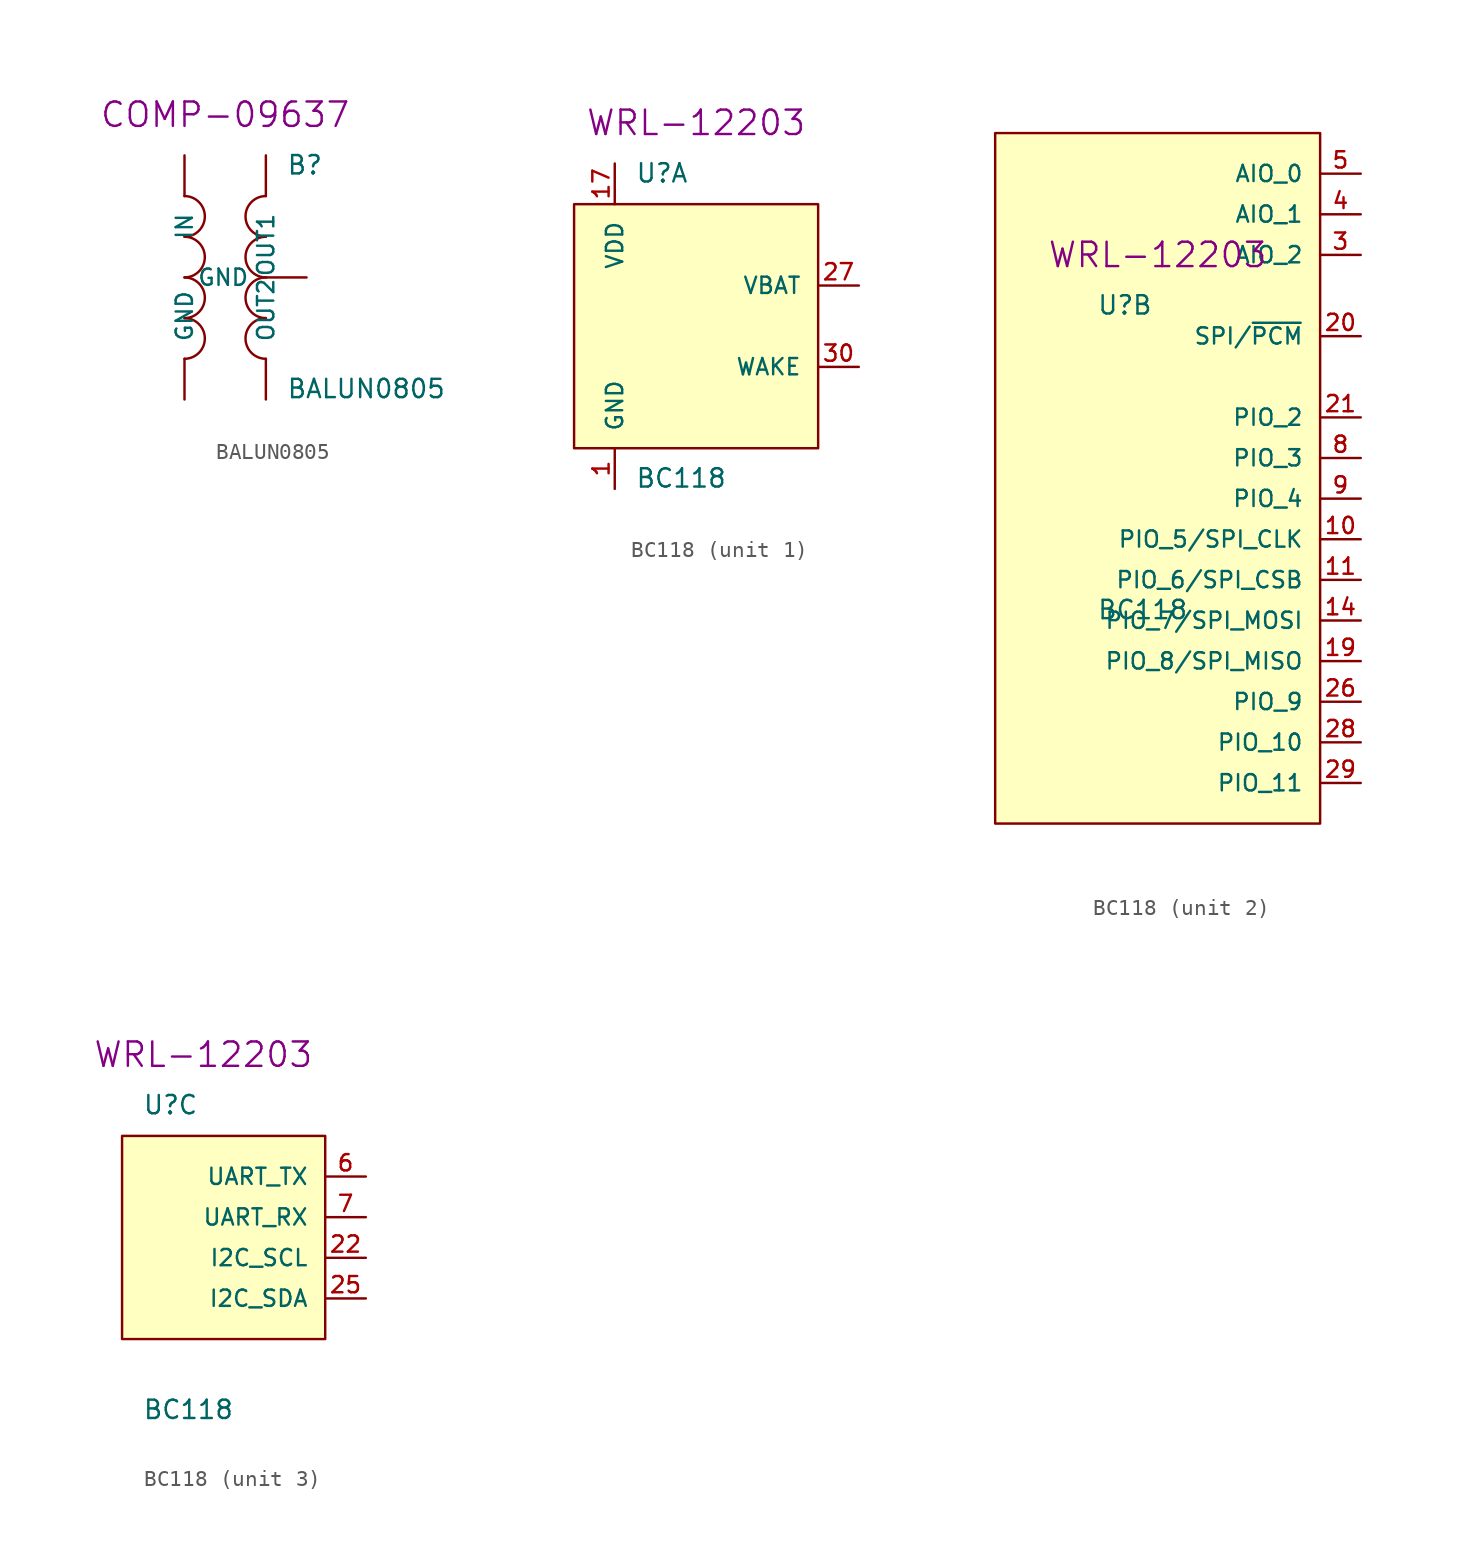
<source format=kicad_sym>
(kicad_symbol_lib
  (version 20220914)
  (generator kicad_symbol_editor)
  (symbol "BALUN0805"
    (pin_numbers hide)
    (pin_names
      (offset 1.016))
    (property "Reference" "B"
      (at 3.81 3.81 0)
      (effects (font (size 1.143 1.143)) (justify left bottom)))
    (property "Value" "BALUN0805"
      (at 3.81 -10.16 0)
      (effects (font (size 1.143 1.143)) (justify left bottom)))
    (property "Field4" "COMP-09637"
      (at 0 7.62 0)
      (effects (font (size 1.524 1.524))))
    (property "ki_locked" ""
      (at 0 0 0)
      (effects (font (size 1.27 1.27))))
    (symbol "BALUN0805_1_1"
      (arc (start -2.54 -7.62) (mid -1.2755 -6.35) (end -2.54 -5.08) (stroke (width 0) (type solid)) (fill (type none)))
      (arc (start -2.54 -5.08) (mid -1.2755 -3.81) (end -2.54 -2.54) (stroke (width 0) (type solid)) (fill (type none)))
      (arc (start -2.54 -2.54) (mid -1.2755 -1.27) (end -2.54 0) (stroke (width 0) (type solid)) (fill (type none)))
      (arc (start -2.54 0) (mid -1.2755 1.27) (end -2.54 2.54) (stroke (width 0) (type solid)) (fill (type none)))
      (arc (start 2.54 -5.08) (mid 1.2755 -6.35) (end 2.54 -7.62) (stroke (width 0) (type solid)) (fill (type none)))
      (arc (start 2.54 -2.54) (mid 1.2755 -3.81) (end 2.54 -5.08) (stroke (width 0) (type solid)) (fill (type none)))
      (arc (start 2.54 0) (mid 1.2755 -1.27) (end 2.54 -2.54) (stroke (width 0) (type solid)) (fill (type none)))
      (arc (start 2.54 2.54) (mid 1.2755 1.27) (end 2.54 0) (stroke (width 0) (type solid)) (fill (type none)))
      (pin bidirectional line (at -2.54 5.08 270) (length 2.54) (name "IN" (effects (font (size 1.016 1.016)))) (number "1" (effects (font (size 1.016 1.016)))))
      (pin bidirectional line (at 5.08 -2.54 180) (length 2.54) (name "GND" (effects (font (size 1.016 1.016)))) (number "2" (effects (font (size 1.016 1.016)))))
      (pin bidirectional line (at 2.54 5.08 270) (length 2.54) (name "OUT1" (effects (font (size 1.016 1.016)))) (number "3" (effects (font (size 1.016 1.016)))))
      (pin bidirectional line (at 2.54 -10.16 90) (length 2.54) (name "OUT2" (effects (font (size 1.016 1.016)))) (number "4" (effects (font (size 1.016 1.016)))))
      (pin bidirectional line (at -2.54 -10.16 90) (length 2.54) (name "GND" (effects (font (size 1.016 1.016)))) (number "5" (effects (font (size 1.016 1.016)))))))
  (symbol "BC118"
    (pin_names
      (offset 1.016))
    (property "Reference" "U"
      (at -3.81 8.89 0)
      (effects (font (size 1.143 1.143)) (justify left bottom)))
    (property "Value" "BC118"
      (at -3.81 -10.16 0)
      (effects (font (size 1.143 1.143)) (justify left bottom)))
    (property "Field4" "WRL-12203"
      (at 0 12.7 0)
      (effects (font (size 1.524 1.524))))
    (property "ki_locked" ""
      (at 0 0 0)
      (effects (font (size 1.27 1.27))))
    (symbol "BC118_1_1"
      (polyline (pts (xy -7.62 -7.62) (xy -7.62 7.62) (xy 7.62 7.62) (xy 7.62 -7.62) (xy -7.62 -7.62)) (stroke (width 0) (type solid)) (fill (type background)))
      (pin bidirectional line (at -5.08 -10.16 90) (length 2.54) (name "GND" (effects (font (size 1.016 1.016)))) (number "1" (effects (font (size 1.016 1.016)))))
      (pin bidirectional line (at -5.08 -10.16 90) (length 2.54) hide (name "GND" (effects (font (size 1.016 1.016)))) (number "12" (effects (font (size 1.016 1.016)))))
      (pin bidirectional line (at -5.08 -10.16 90) (length 2.54) hide (name "GND" (effects (font (size 1.016 1.016)))) (number "13" (effects (font (size 1.016 1.016)))))
      (pin bidirectional line (at -5.08 -10.16 90) (length 2.54) hide (name "GND" (effects (font (size 1.016 1.016)))) (number "15" (effects (font (size 1.016 1.016)))))
      (pin bidirectional line (at -5.08 -10.16 90) (length 2.54) hide (name "GND" (effects (font (size 1.016 1.016)))) (number "16" (effects (font (size 1.016 1.016)))))
      (pin bidirectional line (at -5.08 10.16 270) (length 2.54) (name "VDD" (effects (font (size 1.016 1.016)))) (number "17" (effects (font (size 1.016 1.016)))))
      (pin bidirectional line (at -5.08 -10.16 90) (length 2.54) hide (name "GND" (effects (font (size 1.016 1.016)))) (number "18" (effects (font (size 1.016 1.016)))))
      (pin bidirectional line (at -5.08 -10.16 90) (length 2.54) hide (name "GND" (effects (font (size 1.016 1.016)))) (number "2" (effects (font (size 1.016 1.016)))))
      (pin bidirectional line (at -5.08 -10.16 90) (length 2.54) hide (name "GND" (effects (font (size 1.016 1.016)))) (number "23" (effects (font (size 1.016 1.016)))))
      (pin bidirectional line (at -5.08 -10.16 90) (length 2.54) hide (name "GND" (effects (font (size 1.016 1.016)))) (number "24" (effects (font (size 1.016 1.016)))))
      (pin bidirectional line (at 10.16 2.54 180) (length 2.54) (name "VBAT" (effects (font (size 1.016 1.016)))) (number "27" (effects (font (size 1.016 1.016)))))
      (pin bidirectional line (at 10.16 -2.54 180) (length 2.54) (name "WAKE" (effects (font (size 1.016 1.016)))) (number "30" (effects (font (size 1.016 1.016)))))
      (pin bidirectional line (at -5.08 -10.16 90) (length 2.54) hide (name "GND" (effects (font (size 1.016 1.016)))) (number "31" (effects (font (size 1.016 1.016)))))
      (pin bidirectional line (at -5.08 -10.16 90) (length 2.54) hide (name "GND" (effects (font (size 1.016 1.016)))) (number "32" (effects (font (size 1.016 1.016)))))
      (pin bidirectional line (at -5.08 -10.16 90) (length 2.54) hide (name "GND" (effects (font (size 1.016 1.016)))) (number "33" (effects (font (size 1.016 1.016)))))
      (pin bidirectional line (at -5.08 -10.16 90) (length 2.54) hide (name "GND" (effects (font (size 1.016 1.016)))) (number "34" (effects (font (size 1.016 1.016)))))
      (pin bidirectional line (at -5.08 -10.16 90) (length 2.54) hide (name "GND" (effects (font (size 1.016 1.016)))) (number "35" (effects (font (size 1.016 1.016))))))
    (symbol "BC118_2_1"
      (polyline (pts (xy -10.16 -22.86) (xy -10.16 20.32) (xy 10.16 20.32) (xy 10.16 -22.86) (xy -10.16 -22.86)) (stroke (width 0) (type solid)) (fill (type background)))
      (pin bidirectional line (at 12.7 -5.08 180) (length 2.54) (name "PIO_5/SPI_CLK" (effects (font (size 1.016 1.016)))) (number "10" (effects (font (size 1.016 1.016)))))
      (pin bidirectional line (at 12.7 -7.62 180) (length 2.54) (name "PIO_6/SPI_CSB" (effects (font (size 1.016 1.016)))) (number "11" (effects (font (size 1.016 1.016)))))
      (pin bidirectional line (at 12.7 -10.16 180) (length 2.54) (name "PIO_7/SPI_MOSI" (effects (font (size 1.016 1.016)))) (number "14" (effects (font (size 1.016 1.016)))))
      (pin bidirectional line (at 12.7 -12.7 180) (length 2.54) (name "PIO_8/SPI_MISO" (effects (font (size 1.016 1.016)))) (number "19" (effects (font (size 1.016 1.016)))))
      (pin bidirectional line (at 12.7 7.62 180) (length 2.54) (name "SPI/~{PCM}" (effects (font (size 1.016 1.016)))) (number "20" (effects (font (size 1.016 1.016)))))
      (pin bidirectional line (at 12.7 2.54 180) (length 2.54) (name "PIO_2" (effects (font (size 1.016 1.016)))) (number "21" (effects (font (size 1.016 1.016)))))
      (pin bidirectional line (at 12.7 -15.24 180) (length 2.54) (name "PIO_9" (effects (font (size 1.016 1.016)))) (number "26" (effects (font (size 1.016 1.016)))))
      (pin bidirectional line (at 12.7 -17.78 180) (length 2.54) (name "PIO_10" (effects (font (size 1.016 1.016)))) (number "28" (effects (font (size 1.016 1.016)))))
      (pin bidirectional line (at 12.7 -20.32 180) (length 2.54) (name "PIO_11" (effects (font (size 1.016 1.016)))) (number "29" (effects (font (size 1.016 1.016)))))
      (pin bidirectional line (at 12.7 12.7 180) (length 2.54) (name "AIO_2" (effects (font (size 1.016 1.016)))) (number "3" (effects (font (size 1.016 1.016)))))
      (pin bidirectional line (at 12.7 15.24 180) (length 2.54) (name "AIO_1" (effects (font (size 1.016 1.016)))) (number "4" (effects (font (size 1.016 1.016)))))
      (pin bidirectional line (at 12.7 17.78 180) (length 2.54) (name "AIO_0" (effects (font (size 1.016 1.016)))) (number "5" (effects (font (size 1.016 1.016)))))
      (pin bidirectional line (at 12.7 0 180) (length 2.54) (name "PIO_3" (effects (font (size 1.016 1.016)))) (number "8" (effects (font (size 1.016 1.016)))))
      (pin bidirectional line (at 12.7 -2.54 180) (length 2.54) (name "PIO_4" (effects (font (size 1.016 1.016)))) (number "9" (effects (font (size 1.016 1.016))))))
    (symbol "BC118_3_1"
      (polyline (pts (xy -5.08 -5.08) (xy -5.08 7.62) (xy 7.62 7.62) (xy 7.62 -5.08) (xy -5.08 -5.08)) (stroke (width 0) (type solid)) (fill (type background)))
      (pin bidirectional line (at 10.16 0 180) (length 2.54) (name "I2C_SCL" (effects (font (size 1.016 1.016)))) (number "22" (effects (font (size 1.016 1.016)))))
      (pin bidirectional line (at 10.16 -2.54 180) (length 2.54) (name "I2C_SDA" (effects (font (size 1.016 1.016)))) (number "25" (effects (font (size 1.016 1.016)))))
      (pin bidirectional line (at 10.16 5.08 180) (length 2.54) (name "UART_TX" (effects (font (size 1.016 1.016)))) (number "6" (effects (font (size 1.016 1.016)))))
      (pin bidirectional line (at 10.16 2.54 180) (length 2.54) (name "UART_RX" (effects (font (size 1.016 1.016)))) (number "7" (effects (font (size 1.016 1.016))))))))
</source>
